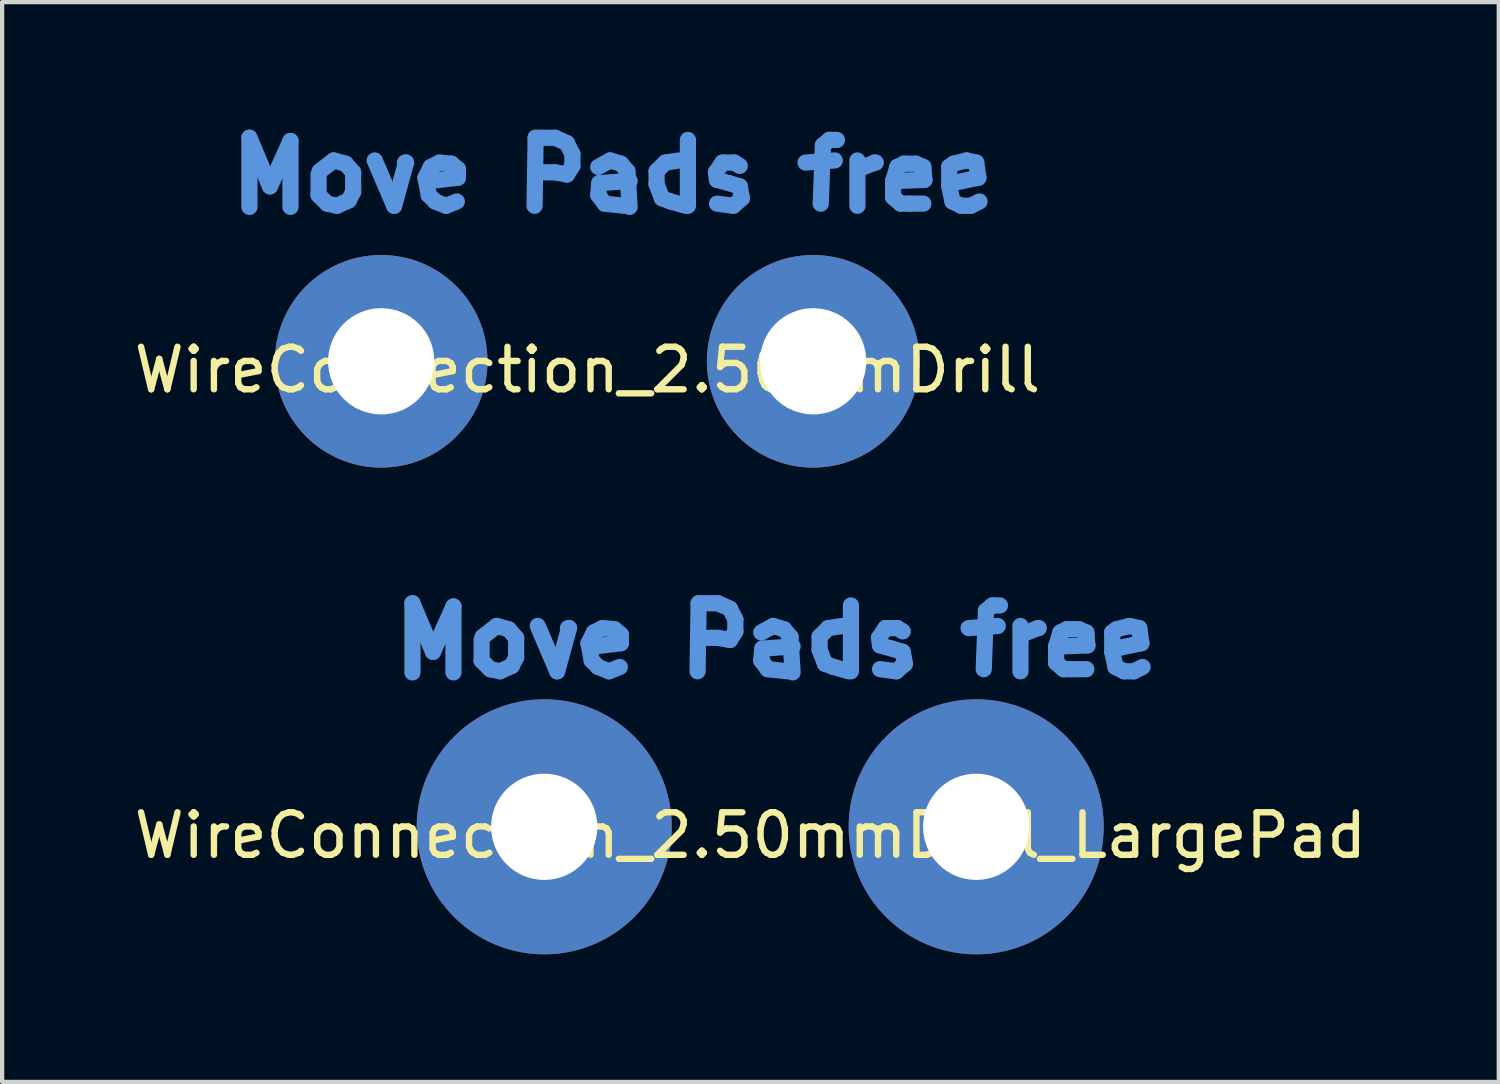
<source format=kicad_pcb>
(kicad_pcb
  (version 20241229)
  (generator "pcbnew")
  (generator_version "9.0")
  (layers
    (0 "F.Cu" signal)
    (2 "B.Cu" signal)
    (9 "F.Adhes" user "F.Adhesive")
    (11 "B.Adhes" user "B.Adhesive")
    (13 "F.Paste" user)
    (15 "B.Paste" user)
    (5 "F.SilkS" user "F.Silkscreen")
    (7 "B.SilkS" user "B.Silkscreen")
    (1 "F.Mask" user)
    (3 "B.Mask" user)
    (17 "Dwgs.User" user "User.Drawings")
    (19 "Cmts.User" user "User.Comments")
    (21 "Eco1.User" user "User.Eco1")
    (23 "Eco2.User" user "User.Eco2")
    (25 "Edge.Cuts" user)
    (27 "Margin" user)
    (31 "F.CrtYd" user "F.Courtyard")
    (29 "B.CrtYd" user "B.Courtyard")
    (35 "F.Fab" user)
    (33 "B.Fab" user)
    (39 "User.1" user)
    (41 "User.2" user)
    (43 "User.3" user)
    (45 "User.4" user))
  (footprint "WireConnection_2.50mmDrill"
    (layer "F.Cu")
    (at 5.916 5.448)
    (property "Reference" "WireConnection_2.50mmDrill" (at 4.851 0.203 0) (layer "F.SilkS") (effects (font (size 1 1) (thickness 0.15))))
    (attr through_hole)
    (fp_line (start -3.099 -5.258) (end -2.616 -4.115) (stroke (width 0.381) (type solid)) (layer "Cmts.User"))
    (fp_line (start -3.099 -3.632) (end -3.099 -5.258) (stroke (width 0.381) (type solid)) (layer "Cmts.User"))
    (fp_line (start -2.616 -4.115) (end -2.134 -5.182) (stroke (width 0.381) (type solid)) (layer "Cmts.User"))
    (fp_line (start -2.134 -5.182) (end -2.134 -3.632) (stroke (width 0.381) (type solid)) (layer "Cmts.User"))
    (fp_line (start -1.473 -4.394) (end -1.473 -3.912) (stroke (width 0.381) (type solid)) (layer "Cmts.User"))
    (fp_line (start -1.473 -3.912) (end -1.27 -3.708) (stroke (width 0.381) (type solid)) (layer "Cmts.User"))
    (fp_line (start -1.27 -3.708) (end -1.041 -3.658) (stroke (width 0.381) (type solid)) (layer "Cmts.User"))
    (fp_line (start -1.118 -4.724) (end -1.448 -4.47) (stroke (width 0.381) (type solid)) (layer "Cmts.User"))
    (fp_line (start -1.041 -3.658) (end -0.762 -3.785) (stroke (width 0.381) (type solid)) (layer "Cmts.User"))
    (fp_line (start -0.838 -4.648) (end -1.118 -4.724) (stroke (width 0.381) (type solid)) (layer "Cmts.User"))
    (fp_line (start -0.762 -3.785) (end -0.66 -3.988) (stroke (width 0.381) (type solid)) (layer "Cmts.User"))
    (fp_line (start -0.66 -4.445) (end -0.838 -4.648) (stroke (width 0.381) (type solid)) (layer "Cmts.User"))
    (fp_line (start -0.66 -3.988) (end -0.66 -4.445) (stroke (width 0.381) (type solid)) (layer "Cmts.User"))
    (fp_line (start -0.152 -4.724) (end 0.305 -3.658) (stroke (width 0.381) (type solid)) (layer "Cmts.User"))
    (fp_line (start 0.305 -3.658) (end 0.584 -4.674) (stroke (width 0.381) (type solid)) (layer "Cmts.User"))
    (fp_line (start 0.584 -4.674) (end 0.559 -4.674) (stroke (width 0.381) (type solid)) (layer "Cmts.User"))
    (fp_line (start 1.041 -4.318) (end 1.168 -4.572) (stroke (width 0.381) (type solid)) (layer "Cmts.User"))
    (fp_line (start 1.118 -3.912) (end 1.041 -4.318) (stroke (width 0.381) (type solid)) (layer "Cmts.User"))
    (fp_line (start 1.168 -4.572) (end 1.372 -4.674) (stroke (width 0.381) (type solid)) (layer "Cmts.User"))
    (fp_line (start 1.27 -3.759) (end 1.118 -3.912) (stroke (width 0.381) (type solid)) (layer "Cmts.User"))
    (fp_line (start 1.372 -4.674) (end 1.651 -4.648) (stroke (width 0.381) (type solid)) (layer "Cmts.User"))
    (fp_line (start 1.524 -3.658) (end 1.27 -3.759) (stroke (width 0.381) (type solid)) (layer "Cmts.User"))
    (fp_line (start 1.651 -4.648) (end 1.803 -4.521) (stroke (width 0.381) (type solid)) (layer "Cmts.User"))
    (fp_line (start 1.778 -3.759) (end 1.524 -3.658) (stroke (width 0.381) (type solid)) (layer "Cmts.User"))
    (fp_line (start 1.803 -4.521) (end 1.803 -4.318) (stroke (width 0.381) (type solid)) (layer "Cmts.User"))
    (fp_line (start 1.803 -4.318) (end 1.168 -4.242) (stroke (width 0.381) (type solid)) (layer "Cmts.User"))
    (fp_line (start 3.607 -3.658) (end 3.632 -5.258) (stroke (width 0.381) (type solid)) (layer "Cmts.User"))
    (fp_line (start 3.632 -5.258) (end 4.089 -5.258) (stroke (width 0.381) (type solid)) (layer "Cmts.User"))
    (fp_line (start 4.089 -5.258) (end 4.369 -5.131) (stroke (width 0.381) (type solid)) (layer "Cmts.User"))
    (fp_line (start 4.089 -4.445) (end 3.632 -4.445) (stroke (width 0.381) (type solid)) (layer "Cmts.User"))
    (fp_line (start 4.369 -5.131) (end 4.496 -4.877) (stroke (width 0.381) (type solid)) (layer "Cmts.User"))
    (fp_line (start 4.369 -4.394) (end 4.089 -4.445) (stroke (width 0.381) (type solid)) (layer "Cmts.User"))
    (fp_line (start 4.496 -4.877) (end 4.496 -4.597) (stroke (width 0.381) (type solid)) (layer "Cmts.User"))
    (fp_line (start 4.496 -4.597) (end 4.369 -4.394) (stroke (width 0.381) (type solid)) (layer "Cmts.User"))
    (fp_line (start 5.105 -4.572) (end 5.385 -4.724) (stroke (width 0.381) (type solid)) (layer "Cmts.User"))
    (fp_line (start 5.105 -3.912) (end 5.131 -4.191) (stroke (width 0.381) (type solid)) (layer "Cmts.User"))
    (fp_line (start 5.131 -4.191) (end 5.842 -4.242) (stroke (width 0.381) (type solid)) (layer "Cmts.User"))
    (fp_line (start 5.258 -3.708) (end 5.105 -3.912) (stroke (width 0.381) (type solid)) (layer "Cmts.User"))
    (fp_line (start 5.385 -4.724) (end 5.639 -4.648) (stroke (width 0.381) (type solid)) (layer "Cmts.User"))
    (fp_line (start 5.639 -4.648) (end 5.791 -4.47) (stroke (width 0.381) (type solid)) (layer "Cmts.User"))
    (fp_line (start 5.715 -3.658) (end 5.258 -3.708) (stroke (width 0.381) (type solid)) (layer "Cmts.User"))
    (fp_line (start 5.791 -4.47) (end 5.842 -3.632) (stroke (width 0.381) (type solid)) (layer "Cmts.User"))
    (fp_line (start 6.477 -4.47) (end 6.68 -4.674) (stroke (width 0.381) (type solid)) (layer "Cmts.User"))
    (fp_line (start 6.477 -4.166) (end 6.477 -4.47) (stroke (width 0.381) (type solid)) (layer "Cmts.User"))
    (fp_line (start 6.604 -3.835) (end 6.477 -4.166) (stroke (width 0.381) (type solid)) (layer "Cmts.User"))
    (fp_line (start 6.68 -4.674) (end 7.01 -4.724) (stroke (width 0.381) (type solid)) (layer "Cmts.User"))
    (fp_line (start 6.807 -3.759) (end 6.604 -3.835) (stroke (width 0.381) (type solid)) (layer "Cmts.User"))
    (fp_line (start 7.163 -3.658) (end 6.807 -3.759) (stroke (width 0.381) (type solid)) (layer "Cmts.User"))
    (fp_line (start 7.214 -5.207) (end 7.214 -3.658) (stroke (width 0.381) (type solid)) (layer "Cmts.User"))
    (fp_line (start 7.874 -4.445) (end 7.899 -4.267) (stroke (width 0.381) (type solid)) (layer "Cmts.User"))
    (fp_line (start 7.899 -4.267) (end 8.179 -4.191) (stroke (width 0.381) (type solid)) (layer "Cmts.User"))
    (fp_line (start 8.026 -4.674) (end 7.874 -4.445) (stroke (width 0.381) (type solid)) (layer "Cmts.User"))
    (fp_line (start 8.179 -4.191) (end 8.433 -4.115) (stroke (width 0.381) (type solid)) (layer "Cmts.User"))
    (fp_line (start 8.28 -3.658) (end 7.899 -3.708) (stroke (width 0.381) (type solid)) (layer "Cmts.User"))
    (fp_line (start 8.306 -4.674) (end 8.026 -4.674) (stroke (width 0.381) (type solid)) (layer "Cmts.User"))
    (fp_line (start 8.433 -4.597) (end 8.306 -4.674) (stroke (width 0.381) (type solid)) (layer "Cmts.User"))
    (fp_line (start 8.433 -4.115) (end 8.484 -3.835) (stroke (width 0.381) (type solid)) (layer "Cmts.User"))
    (fp_line (start 8.484 -3.835) (end 8.28 -3.658) (stroke (width 0.381) (type solid)) (layer "Cmts.User"))
    (fp_line (start 9.982 -4.674) (end 10.668 -4.724) (stroke (width 0.381) (type solid)) (layer "Cmts.User"))
    (fp_line (start 10.389 -5.08) (end 10.338 -3.708) (stroke (width 0.381) (type solid)) (layer "Cmts.User"))
    (fp_line (start 10.541 -5.207) (end 10.389 -5.08) (stroke (width 0.381) (type solid)) (layer "Cmts.User"))
    (fp_line (start 10.719 -5.207) (end 10.541 -5.207) (stroke (width 0.381) (type solid)) (layer "Cmts.User"))
    (fp_line (start 11.201 -4.724) (end 11.201 -3.658) (stroke (width 0.381) (type solid)) (layer "Cmts.User"))
    (fp_line (start 11.227 -4.521) (end 11.608 -4.674) (stroke (width 0.381) (type solid)) (layer "Cmts.User"))
    (fp_line (start 11.608 -4.674) (end 11.633 -4.674) (stroke (width 0.381) (type solid)) (layer "Cmts.User"))
    (fp_line (start 12.04 -4.242) (end 12.141 -4.572) (stroke (width 0.381) (type solid)) (layer "Cmts.User"))
    (fp_line (start 12.04 -3.861) (end 12.04 -4.242) (stroke (width 0.381) (type solid)) (layer "Cmts.User"))
    (fp_line (start 12.141 -4.572) (end 12.294 -4.648) (stroke (width 0.381) (type solid)) (layer "Cmts.User"))
    (fp_line (start 12.217 -3.708) (end 12.04 -3.861) (stroke (width 0.381) (type solid)) (layer "Cmts.User"))
    (fp_line (start 12.294 -4.648) (end 12.573 -4.648) (stroke (width 0.381) (type solid)) (layer "Cmts.User"))
    (fp_line (start 12.421 -3.708) (end 12.217 -3.708) (stroke (width 0.381) (type solid)) (layer "Cmts.User"))
    (fp_line (start 12.573 -4.648) (end 12.751 -4.572) (stroke (width 0.381) (type solid)) (layer "Cmts.User"))
    (fp_line (start 12.751 -4.572) (end 12.776 -4.267) (stroke (width 0.381) (type solid)) (layer "Cmts.User"))
    (fp_line (start 12.751 -3.708) (end 12.421 -3.708) (stroke (width 0.381) (type solid)) (layer "Cmts.User"))
    (fp_line (start 12.776 -4.267) (end 12.141 -4.242) (stroke (width 0.381) (type solid)) (layer "Cmts.User"))
    (fp_line (start 13.36 -4.572) (end 13.462 -4.648) (stroke (width 0.381) (type solid)) (layer "Cmts.User"))
    (fp_line (start 13.36 -4.115) (end 13.36 -4.572) (stroke (width 0.381) (type solid)) (layer "Cmts.User"))
    (fp_line (start 13.437 -4.191) (end 13.437 -4.242) (stroke (width 0.381) (type solid)) (layer "Cmts.User"))
    (fp_line (start 13.437 -3.759) (end 13.36 -4.115) (stroke (width 0.381) (type solid)) (layer "Cmts.User"))
    (fp_line (start 13.462 -4.648) (end 13.767 -4.724) (stroke (width 0.381) (type solid)) (layer "Cmts.User"))
    (fp_line (start 13.64 -3.658) (end 13.437 -3.759) (stroke (width 0.381) (type solid)) (layer "Cmts.User"))
    (fp_line (start 13.767 -4.724) (end 13.995 -4.674) (stroke (width 0.381) (type solid)) (layer "Cmts.User"))
    (fp_line (start 13.868 -3.658) (end 13.64 -3.658) (stroke (width 0.381) (type solid)) (layer "Cmts.User"))
    (fp_line (start 13.995 -4.674) (end 14.046 -4.318) (stroke (width 0.381) (type solid)) (layer "Cmts.User"))
    (fp_line (start 14.046 -4.318) (end 13.437 -4.191) (stroke (width 0.381) (type solid)) (layer "Cmts.User"))
    (fp_line (start 14.072 -3.759) (end 13.868 -3.658) (stroke (width 0.381) (type solid)) (layer "Cmts.User"))
    (pad "1" thru_hole circle (at 0 0) (size 5.001 5.001) (drill 2.499) (layers "*.Cu" "*.Mask"))
    (pad "2" thru_hole circle (at 10.16 0) (size 5.001 5.001) (drill 2.499) (layers "*.Cu" "*.Mask")))
  (footprint "WireConnection_2.50mmDrill_LargePad"
    (layer "F.Cu")
    (at 9.75 16.397)
    (property "Reference" "WireConnection_2.50mmDrill_LargePad" (at 4.851 0.203 0) (layer "F.SilkS") (effects (font (size 1 1) (thickness 0.15))))
    (attr through_hole)
    (fp_line (start -3.099 -5.258) (end -2.616 -4.115) (stroke (width 0.381) (type solid)) (layer "Cmts.User"))
    (fp_line (start -3.099 -3.632) (end -3.099 -5.258) (stroke (width 0.381) (type solid)) (layer "Cmts.User"))
    (fp_line (start -2.616 -4.115) (end -2.134 -5.182) (stroke (width 0.381) (type solid)) (layer "Cmts.User"))
    (fp_line (start -2.134 -5.182) (end -2.134 -3.632) (stroke (width 0.381) (type solid)) (layer "Cmts.User"))
    (fp_line (start -1.473 -4.394) (end -1.473 -3.912) (stroke (width 0.381) (type solid)) (layer "Cmts.User"))
    (fp_line (start -1.473 -3.912) (end -1.27 -3.708) (stroke (width 0.381) (type solid)) (layer "Cmts.User"))
    (fp_line (start -1.27 -3.708) (end -1.041 -3.658) (stroke (width 0.381) (type solid)) (layer "Cmts.User"))
    (fp_line (start -1.118 -4.724) (end -1.448 -4.47) (stroke (width 0.381) (type solid)) (layer "Cmts.User"))
    (fp_line (start -1.041 -3.658) (end -0.762 -3.785) (stroke (width 0.381) (type solid)) (layer "Cmts.User"))
    (fp_line (start -0.838 -4.648) (end -1.118 -4.724) (stroke (width 0.381) (type solid)) (layer "Cmts.User"))
    (fp_line (start -0.762 -3.785) (end -0.66 -3.988) (stroke (width 0.381) (type solid)) (layer "Cmts.User"))
    (fp_line (start -0.66 -4.445) (end -0.838 -4.648) (stroke (width 0.381) (type solid)) (layer "Cmts.User"))
    (fp_line (start -0.66 -3.988) (end -0.66 -4.445) (stroke (width 0.381) (type solid)) (layer "Cmts.User"))
    (fp_line (start -0.152 -4.724) (end 0.305 -3.658) (stroke (width 0.381) (type solid)) (layer "Cmts.User"))
    (fp_line (start 0.305 -3.658) (end 0.584 -4.674) (stroke (width 0.381) (type solid)) (layer "Cmts.User"))
    (fp_line (start 0.584 -4.674) (end 0.559 -4.674) (stroke (width 0.381) (type solid)) (layer "Cmts.User"))
    (fp_line (start 1.041 -4.318) (end 1.168 -4.572) (stroke (width 0.381) (type solid)) (layer "Cmts.User"))
    (fp_line (start 1.118 -3.912) (end 1.041 -4.318) (stroke (width 0.381) (type solid)) (layer "Cmts.User"))
    (fp_line (start 1.168 -4.572) (end 1.372 -4.674) (stroke (width 0.381) (type solid)) (layer "Cmts.User"))
    (fp_line (start 1.27 -3.759) (end 1.118 -3.912) (stroke (width 0.381) (type solid)) (layer "Cmts.User"))
    (fp_line (start 1.372 -4.674) (end 1.651 -4.648) (stroke (width 0.381) (type solid)) (layer "Cmts.User"))
    (fp_line (start 1.524 -3.658) (end 1.27 -3.759) (stroke (width 0.381) (type solid)) (layer "Cmts.User"))
    (fp_line (start 1.651 -4.648) (end 1.803 -4.521) (stroke (width 0.381) (type solid)) (layer "Cmts.User"))
    (fp_line (start 1.778 -3.759) (end 1.524 -3.658) (stroke (width 0.381) (type solid)) (layer "Cmts.User"))
    (fp_line (start 1.803 -4.521) (end 1.803 -4.318) (stroke (width 0.381) (type solid)) (layer "Cmts.User"))
    (fp_line (start 1.803 -4.318) (end 1.168 -4.242) (stroke (width 0.381) (type solid)) (layer "Cmts.User"))
    (fp_line (start 3.607 -3.658) (end 3.632 -5.258) (stroke (width 0.381) (type solid)) (layer "Cmts.User"))
    (fp_line (start 3.632 -5.258) (end 4.089 -5.258) (stroke (width 0.381) (type solid)) (layer "Cmts.User"))
    (fp_line (start 4.089 -5.258) (end 4.369 -5.131) (stroke (width 0.381) (type solid)) (layer "Cmts.User"))
    (fp_line (start 4.089 -4.445) (end 3.632 -4.445) (stroke (width 0.381) (type solid)) (layer "Cmts.User"))
    (fp_line (start 4.369 -5.131) (end 4.496 -4.877) (stroke (width 0.381) (type solid)) (layer "Cmts.User"))
    (fp_line (start 4.369 -4.394) (end 4.089 -4.445) (stroke (width 0.381) (type solid)) (layer "Cmts.User"))
    (fp_line (start 4.496 -4.877) (end 4.496 -4.597) (stroke (width 0.381) (type solid)) (layer "Cmts.User"))
    (fp_line (start 4.496 -4.597) (end 4.369 -4.394) (stroke (width 0.381) (type solid)) (layer "Cmts.User"))
    (fp_line (start 5.105 -4.572) (end 5.385 -4.724) (stroke (width 0.381) (type solid)) (layer "Cmts.User"))
    (fp_line (start 5.105 -3.912) (end 5.131 -4.191) (stroke (width 0.381) (type solid)) (layer "Cmts.User"))
    (fp_line (start 5.131 -4.191) (end 5.842 -4.242) (stroke (width 0.381) (type solid)) (layer "Cmts.User"))
    (fp_line (start 5.258 -3.708) (end 5.105 -3.912) (stroke (width 0.381) (type solid)) (layer "Cmts.User"))
    (fp_line (start 5.385 -4.724) (end 5.639 -4.648) (stroke (width 0.381) (type solid)) (layer "Cmts.User"))
    (fp_line (start 5.639 -4.648) (end 5.791 -4.47) (stroke (width 0.381) (type solid)) (layer "Cmts.User"))
    (fp_line (start 5.715 -3.658) (end 5.258 -3.708) (stroke (width 0.381) (type solid)) (layer "Cmts.User"))
    (fp_line (start 5.791 -4.47) (end 5.842 -3.632) (stroke (width 0.381) (type solid)) (layer "Cmts.User"))
    (fp_line (start 6.477 -4.47) (end 6.68 -4.674) (stroke (width 0.381) (type solid)) (layer "Cmts.User"))
    (fp_line (start 6.477 -4.166) (end 6.477 -4.47) (stroke (width 0.381) (type solid)) (layer "Cmts.User"))
    (fp_line (start 6.604 -3.835) (end 6.477 -4.166) (stroke (width 0.381) (type solid)) (layer "Cmts.User"))
    (fp_line (start 6.68 -4.674) (end 7.01 -4.724) (stroke (width 0.381) (type solid)) (layer "Cmts.User"))
    (fp_line (start 6.807 -3.759) (end 6.604 -3.835) (stroke (width 0.381) (type solid)) (layer "Cmts.User"))
    (fp_line (start 7.163 -3.658) (end 6.807 -3.759) (stroke (width 0.381) (type solid)) (layer "Cmts.User"))
    (fp_line (start 7.214 -5.207) (end 7.214 -3.658) (stroke (width 0.381) (type solid)) (layer "Cmts.User"))
    (fp_line (start 7.874 -4.445) (end 7.899 -4.267) (stroke (width 0.381) (type solid)) (layer "Cmts.User"))
    (fp_line (start 7.899 -4.267) (end 8.179 -4.191) (stroke (width 0.381) (type solid)) (layer "Cmts.User"))
    (fp_line (start 8.026 -4.674) (end 7.874 -4.445) (stroke (width 0.381) (type solid)) (layer "Cmts.User"))
    (fp_line (start 8.179 -4.191) (end 8.433 -4.115) (stroke (width 0.381) (type solid)) (layer "Cmts.User"))
    (fp_line (start 8.28 -3.658) (end 7.899 -3.708) (stroke (width 0.381) (type solid)) (layer "Cmts.User"))
    (fp_line (start 8.306 -4.674) (end 8.026 -4.674) (stroke (width 0.381) (type solid)) (layer "Cmts.User"))
    (fp_line (start 8.433 -4.597) (end 8.306 -4.674) (stroke (width 0.381) (type solid)) (layer "Cmts.User"))
    (fp_line (start 8.433 -4.115) (end 8.484 -3.835) (stroke (width 0.381) (type solid)) (layer "Cmts.User"))
    (fp_line (start 8.484 -3.835) (end 8.28 -3.658) (stroke (width 0.381) (type solid)) (layer "Cmts.User"))
    (fp_line (start 9.982 -4.674) (end 10.668 -4.724) (stroke (width 0.381) (type solid)) (layer "Cmts.User"))
    (fp_line (start 10.389 -5.08) (end 10.338 -3.708) (stroke (width 0.381) (type solid)) (layer "Cmts.User"))
    (fp_line (start 10.541 -5.207) (end 10.389 -5.08) (stroke (width 0.381) (type solid)) (layer "Cmts.User"))
    (fp_line (start 10.719 -5.207) (end 10.541 -5.207) (stroke (width 0.381) (type solid)) (layer "Cmts.User"))
    (fp_line (start 11.201 -4.724) (end 11.201 -3.658) (stroke (width 0.381) (type solid)) (layer "Cmts.User"))
    (fp_line (start 11.227 -4.521) (end 11.608 -4.674) (stroke (width 0.381) (type solid)) (layer "Cmts.User"))
    (fp_line (start 11.608 -4.674) (end 11.633 -4.674) (stroke (width 0.381) (type solid)) (layer "Cmts.User"))
    (fp_line (start 12.04 -4.242) (end 12.141 -4.572) (stroke (width 0.381) (type solid)) (layer "Cmts.User"))
    (fp_line (start 12.04 -3.861) (end 12.04 -4.242) (stroke (width 0.381) (type solid)) (layer "Cmts.User"))
    (fp_line (start 12.141 -4.572) (end 12.294 -4.648) (stroke (width 0.381) (type solid)) (layer "Cmts.User"))
    (fp_line (start 12.217 -3.708) (end 12.04 -3.861) (stroke (width 0.381) (type solid)) (layer "Cmts.User"))
    (fp_line (start 12.294 -4.648) (end 12.573 -4.648) (stroke (width 0.381) (type solid)) (layer "Cmts.User"))
    (fp_line (start 12.421 -3.708) (end 12.217 -3.708) (stroke (width 0.381) (type solid)) (layer "Cmts.User"))
    (fp_line (start 12.573 -4.648) (end 12.751 -4.572) (stroke (width 0.381) (type solid)) (layer "Cmts.User"))
    (fp_line (start 12.751 -4.572) (end 12.776 -4.267) (stroke (width 0.381) (type solid)) (layer "Cmts.User"))
    (fp_line (start 12.751 -3.708) (end 12.421 -3.708) (stroke (width 0.381) (type solid)) (layer "Cmts.User"))
    (fp_line (start 12.776 -4.267) (end 12.141 -4.242) (stroke (width 0.381) (type solid)) (layer "Cmts.User"))
    (fp_line (start 13.36 -4.572) (end 13.462 -4.648) (stroke (width 0.381) (type solid)) (layer "Cmts.User"))
    (fp_line (start 13.36 -4.115) (end 13.36 -4.572) (stroke (width 0.381) (type solid)) (layer "Cmts.User"))
    (fp_line (start 13.437 -4.191) (end 13.437 -4.242) (stroke (width 0.381) (type solid)) (layer "Cmts.User"))
    (fp_line (start 13.437 -3.759) (end 13.36 -4.115) (stroke (width 0.381) (type solid)) (layer "Cmts.User"))
    (fp_line (start 13.462 -4.648) (end 13.767 -4.724) (stroke (width 0.381) (type solid)) (layer "Cmts.User"))
    (fp_line (start 13.64 -3.658) (end 13.437 -3.759) (stroke (width 0.381) (type solid)) (layer "Cmts.User"))
    (fp_line (start 13.767 -4.724) (end 13.995 -4.674) (stroke (width 0.381) (type solid)) (layer "Cmts.User"))
    (fp_line (start 13.868 -3.658) (end 13.64 -3.658) (stroke (width 0.381) (type solid)) (layer "Cmts.User"))
    (fp_line (start 13.995 -4.674) (end 14.046 -4.318) (stroke (width 0.381) (type solid)) (layer "Cmts.User"))
    (fp_line (start 14.046 -4.318) (end 13.437 -4.191) (stroke (width 0.381) (type solid)) (layer "Cmts.User"))
    (fp_line (start 14.072 -3.759) (end 13.868 -3.658) (stroke (width 0.381) (type solid)) (layer "Cmts.User"))
    (pad "1" thru_hole circle (at 0 0) (size 5.999 5.999) (drill 2.499) (layers "*.Cu" "*.Mask"))
    (pad "2" thru_hole circle (at 10.16 0) (size 5.999 5.999) (drill 2.499) (layers "*.Cu" "*.Mask")))
  (gr_rect
    (start -3 -3)
    (end 32.202 22.397)
    (stroke (width 0.1) (type default))
    (fill no)
    (layer "Edge.Cuts")))
</source>
